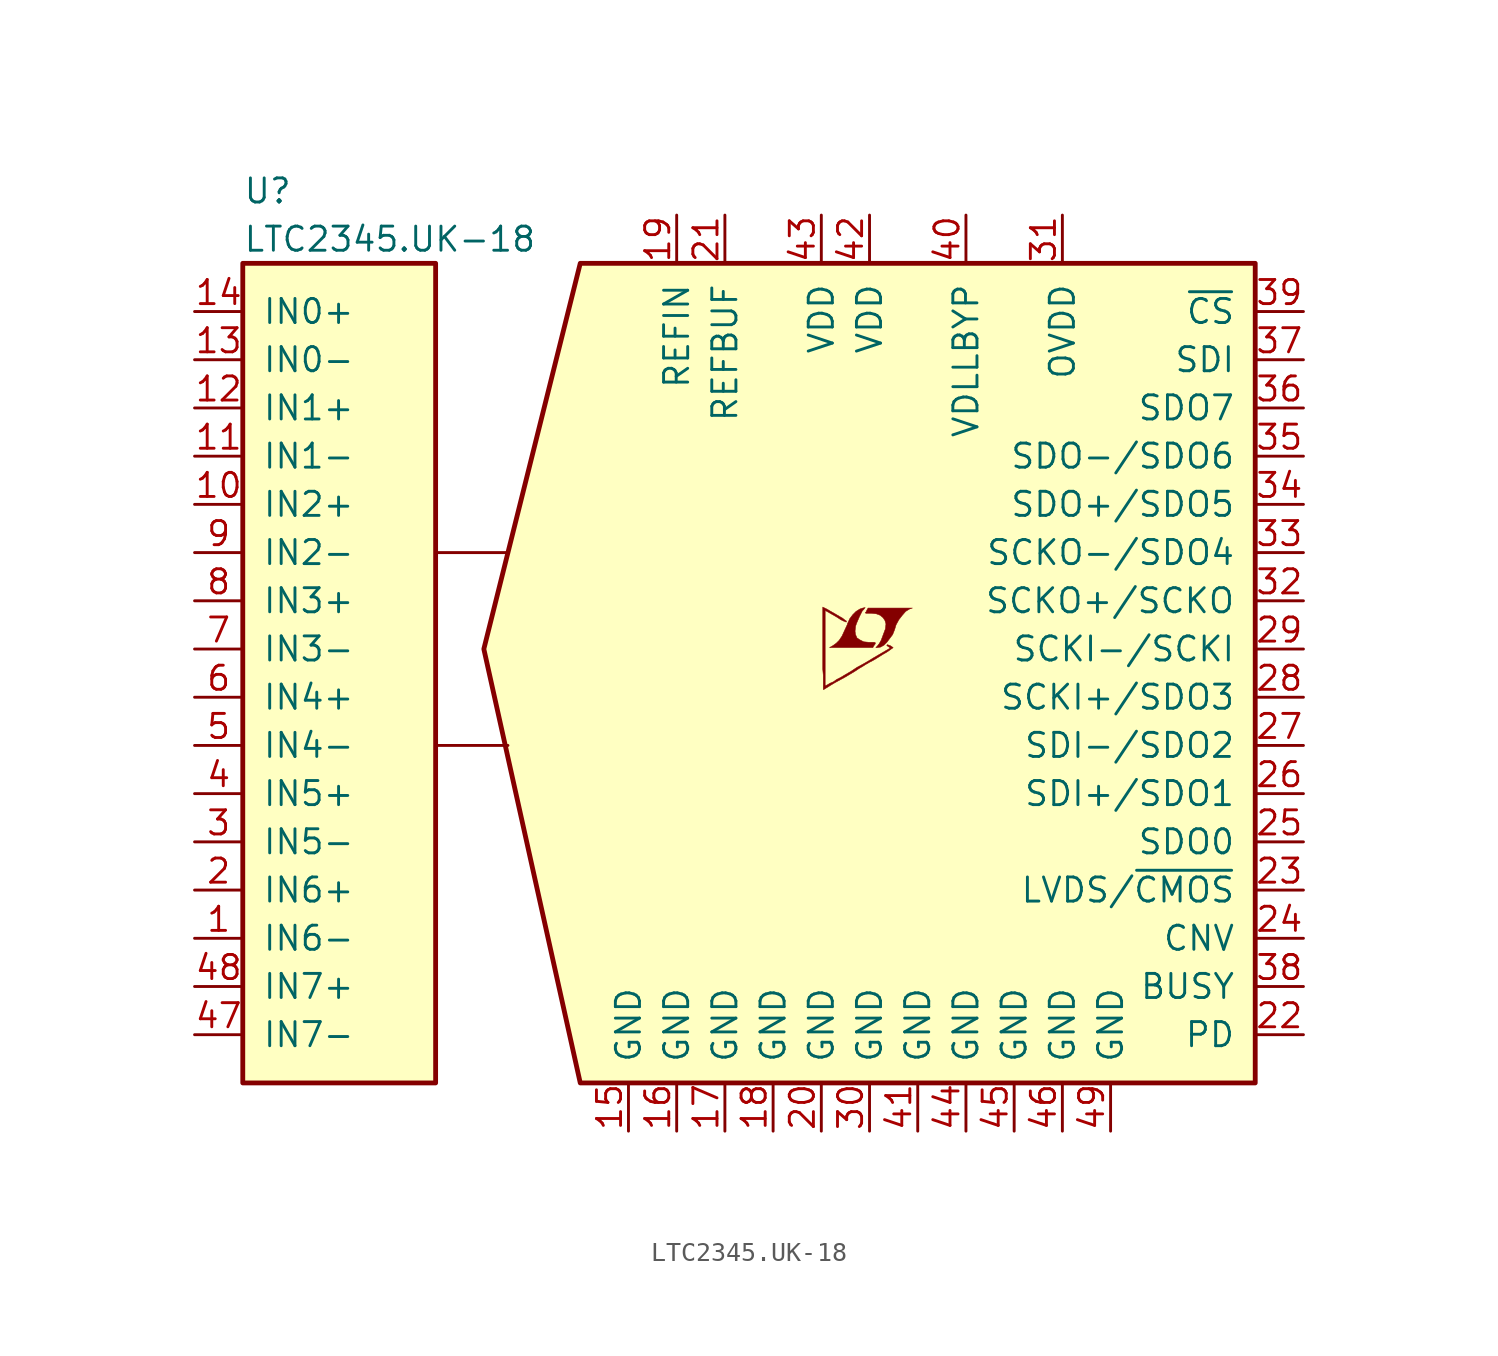
<source format=kicad_sym>
(kicad_symbol_lib
  (version 20201005)
  (generator kicad_symbol_editor)
  (symbol "LTC2345.UK-18"
    (pin_names
      (offset 1.016))
    (property "Reference" "U"
      (at -27.94 24.13 0)
      (effects (font (size 1.27 1.27)) (justify left)))
    (property "Value" "LTC2345.UK-18"
      (at -27.94 21.59 0)
      (effects (font (size 1.27 1.27)) (justify left)))
    (symbol "LTC2345.UK-18_0_0"
      (polyline (pts (xy 5.664 0.102) (xy 5.842 0.203) (xy 5.994 0.356) (xy 6.299 0.762) (xy 6.401 1.016) (xy 6.477 1.27) (xy 6.629 1.549) (xy 6.807 1.778) (xy 6.985 1.981) (xy 7.188 2.108) (xy 7.341 2.159) (xy 5.004 2.159) (xy 4.928 2.032) (xy 4.928 2.007) (xy 4.877 1.93) (xy 4.851 1.905) (xy 4.902 1.88) (xy 5.182 1.88) (xy 5.436 1.854) (xy 5.639 1.778) (xy 5.791 1.651) (xy 5.893 1.499) (xy 5.944 1.321) (xy 5.918 1.092) (xy 5.918 1.067) (xy 5.69 0.457) (xy 5.588 0.279) (xy 5.486 0.152) (xy 5.41 0.076) (xy 5.512 0.076) (xy 5.664 0.102)) (stroke (width 0.025)) (fill (type outline)))
      (polyline (pts (xy 5.309 0.178) (xy 5.334 0.203) (xy 5.385 0.279) (xy 5.385 0.33) (xy 5.334 0.356) (xy 5.029 0.356) (xy 4.775 0.381) (xy 4.572 0.483) (xy 4.42 0.584) (xy 4.343 0.762) (xy 4.318 0.94) (xy 4.343 1.168) (xy 4.343 1.194) (xy 4.394 1.346) (xy 4.547 1.702) (xy 4.699 2.007) (xy 4.775 2.083) (xy 4.851 2.184) (xy 4.724 2.159) (xy 4.572 2.108) (xy 4.369 1.981) (xy 4.191 1.803) (xy 4.039 1.6) (xy 3.912 1.321) (xy 3.912 1.295) (xy 3.759 0.965) (xy 3.632 0.686) (xy 3.48 0.457) (xy 3.327 0.305) (xy 3.15 0.178) (xy 2.972 0.076) (xy 5.258 0.076) (xy 5.309 0.178)) (stroke (width 0.025)) (fill (type outline)))
      (polyline (pts (xy 2.718 -2.108) (xy 2.794 -2.057) (xy 2.921 -1.981) (xy 2.997 -1.93) (xy 3.251 -1.778) (xy 3.81 -1.473) (xy 4.318 -1.168) (xy 4.547 -1.016) (xy 4.724 -0.914) (xy 4.877 -0.813) (xy 4.978 -0.762) (xy 5.055 -0.711) (xy 5.207 -0.635) (xy 5.385 -0.533) (xy 5.791 -0.279) (xy 5.969 -0.178) (xy 6.121 -0.076) (xy 6.223 0) (xy 6.299 0.051) (xy 6.325 0.076) (xy 6.172 0.178) (xy 6.02 0.229) (xy 5.994 0.203) (xy 5.994 0.178) (xy 6.071 0.127) (xy 6.172 0.051) (xy 5.258 -0.483) (xy 5.055 -0.61) (xy 4.75 -0.787) (xy 4.42 -0.965) (xy 4.115 -1.168) (xy 3.81 -1.346) (xy 3.556 -1.499) (xy 3.353 -1.6) (xy 3.175 -1.727) (xy 2.997 -1.803) (xy 2.87 -1.88) (xy 2.769 -1.93) (xy 2.743 -1.956) (xy 2.743 2.032) (xy 3.277 1.727) (xy 3.404 1.651) (xy 3.556 1.549) (xy 3.708 1.473) (xy 3.785 1.448) (xy 3.835 1.422) (xy 3.861 1.422) (xy 3.861 1.473) (xy 3.785 1.524) (xy 3.658 1.626) (xy 3.48 1.727) (xy 3.353 1.803) (xy 2.997 2.007) (xy 2.87 2.083) (xy 2.616 2.21) (xy 2.616 -1.067) (xy 2.642 -1.372) (xy 2.642 -2.134) (xy 2.667 -2.134) (xy 2.718 -2.108)) (stroke (width 0.025)) (fill (type outline))))
    (symbol "LTC2345.UK-18_0_1"
      (polyline (pts (xy -17.78 -5.08) (xy -13.97 -5.08)) (stroke (width 0)) (fill (type none)))
      (polyline (pts (xy -17.78 5.08) (xy -13.97 5.08)) (stroke (width 0)) (fill (type none)))
      (polyline (pts (xy 25.4 20.32) (xy 25.4 -22.86) (xy -10.16 -22.86) (xy -15.24 0) (xy -10.16 20.32) (xy 25.4 20.32)) (stroke (width 0.254)) (fill (type background))))
    (symbol "LTC2345.UK-18_1_1"
      (rectangle (start -27.94 20.32) (end -17.78 -22.86) (stroke (width 0.254)) (fill (type background)))
      (pin input line (at -30.48 -15.24 0) (length 2.54) (name "IN6-" (effects (font (size 1.27 1.27)))) (number "1" (effects (font (size 1.27 1.27)))))
      (pin input line (at -30.48 7.62 0) (length 2.54) (name "IN2+" (effects (font (size 1.27 1.27)))) (number "10" (effects (font (size 1.27 1.27)))))
      (pin input line (at -30.48 10.16 0) (length 2.54) (name "IN1-" (effects (font (size 1.27 1.27)))) (number "11" (effects (font (size 1.27 1.27)))))
      (pin input line (at -30.48 12.7 0) (length 2.54) (name "IN1+" (effects (font (size 1.27 1.27)))) (number "12" (effects (font (size 1.27 1.27)))))
      (pin input line (at -30.48 15.24 0) (length 2.54) (name "IN0-" (effects (font (size 1.27 1.27)))) (number "13" (effects (font (size 1.27 1.27)))))
      (pin input line (at -30.48 17.78 0) (length 2.54) (name "IN0+" (effects (font (size 1.27 1.27)))) (number "14" (effects (font (size 1.27 1.27)))))
      (pin power_in line (at -7.62 -25.4 90) (length 2.54) (name "GND" (effects (font (size 1.27 1.27)))) (number "15" (effects (font (size 1.27 1.27)))))
      (pin power_in line (at -5.08 -25.4 90) (length 2.54) (name "GND" (effects (font (size 1.27 1.27)))) (number "16" (effects (font (size 1.27 1.27)))))
      (pin power_in line (at -2.54 -25.4 90) (length 2.54) (name "GND" (effects (font (size 1.27 1.27)))) (number "17" (effects (font (size 1.27 1.27)))))
      (pin power_in line (at 0 -25.4 90) (length 2.54) (name "GND" (effects (font (size 1.27 1.27)))) (number "18" (effects (font (size 1.27 1.27)))))
      (pin passive line (at -5.08 22.86 270) (length 2.54) (name "REFIN" (effects (font (size 1.27 1.27)))) (number "19" (effects (font (size 1.27 1.27)))))
      (pin input line (at -30.48 -12.7 0) (length 2.54) (name "IN6+" (effects (font (size 1.27 1.27)))) (number "2" (effects (font (size 1.27 1.27)))))
      (pin power_in line (at 2.54 -25.4 90) (length 2.54) (name "GND" (effects (font (size 1.27 1.27)))) (number "20" (effects (font (size 1.27 1.27)))))
      (pin passive line (at -2.54 22.86 270) (length 2.54) (name "REFBUF" (effects (font (size 1.27 1.27)))) (number "21" (effects (font (size 1.27 1.27)))))
      (pin input line (at 27.94 -20.32 180) (length 2.54) (name "PD" (effects (font (size 1.27 1.27)))) (number "22" (effects (font (size 1.27 1.27)))))
      (pin input line (at 27.94 -12.7 180) (length 2.54) (name "LVDS/~CMOS~" (effects (font (size 1.27 1.27)))) (number "23" (effects (font (size 1.27 1.27)))))
      (pin input line (at 27.94 -15.24 180) (length 2.54) (name "CNV" (effects (font (size 1.27 1.27)))) (number "24" (effects (font (size 1.27 1.27)))))
      (pin output line (at 27.94 -10.16 180) (length 2.54) (name "SDO0" (effects (font (size 1.27 1.27)))) (number "25" (effects (font (size 1.27 1.27)))))
      (pin bidirectional line (at 27.94 -7.62 180) (length 2.54) (name "SDI+/SDO1" (effects (font (size 1.27 1.27)))) (number "26" (effects (font (size 1.27 1.27)))))
      (pin bidirectional line (at 27.94 -5.08 180) (length 2.54) (name "SDI-/SDO2" (effects (font (size 1.27 1.27)))) (number "27" (effects (font (size 1.27 1.27)))))
      (pin bidirectional line (at 27.94 -2.54 180) (length 2.54) (name "SCKI+/SDO3" (effects (font (size 1.27 1.27)))) (number "28" (effects (font (size 1.27 1.27)))))
      (pin input line (at 27.94 0 180) (length 2.54) (name "SCKI-/SCKI" (effects (font (size 1.27 1.27)))) (number "29" (effects (font (size 1.27 1.27)))))
      (pin input line (at -30.48 -10.16 0) (length 2.54) (name "IN5-" (effects (font (size 1.27 1.27)))) (number "3" (effects (font (size 1.27 1.27)))))
      (pin power_in line (at 5.08 -25.4 90) (length 2.54) (name "GND" (effects (font (size 1.27 1.27)))) (number "30" (effects (font (size 1.27 1.27)))))
      (pin power_in line (at 15.24 22.86 270) (length 2.54) (name "OVDD" (effects (font (size 1.27 1.27)))) (number "31" (effects (font (size 1.27 1.27)))))
      (pin output line (at 27.94 2.54 180) (length 2.54) (name "SCKO+/SCKO" (effects (font (size 1.27 1.27)))) (number "32" (effects (font (size 1.27 1.27)))))
      (pin output line (at 27.94 5.08 180) (length 2.54) (name "SCKO-/SDO4" (effects (font (size 1.27 1.27)))) (number "33" (effects (font (size 1.27 1.27)))))
      (pin output line (at 27.94 7.62 180) (length 2.54) (name "SDO+/SDO5" (effects (font (size 1.27 1.27)))) (number "34" (effects (font (size 1.27 1.27)))))
      (pin output line (at 27.94 10.16 180) (length 2.54) (name "SDO-/SDO6" (effects (font (size 1.27 1.27)))) (number "35" (effects (font (size 1.27 1.27)))))
      (pin output line (at 27.94 12.7 180) (length 2.54) (name "SDO7" (effects (font (size 1.27 1.27)))) (number "36" (effects (font (size 1.27 1.27)))))
      (pin input line (at 27.94 15.24 180) (length 2.54) (name "SDI" (effects (font (size 1.27 1.27)))) (number "37" (effects (font (size 1.27 1.27)))))
      (pin output line (at 27.94 -17.78 180) (length 2.54) (name "BUSY" (effects (font (size 1.27 1.27)))) (number "38" (effects (font (size 1.27 1.27)))))
      (pin input line (at 27.94 17.78 180) (length 2.54) (name "~CS~" (effects (font (size 1.27 1.27)))) (number "39" (effects (font (size 1.27 1.27)))))
      (pin input line (at -30.48 -7.62 0) (length 2.54) (name "IN5+" (effects (font (size 1.27 1.27)))) (number "4" (effects (font (size 1.27 1.27)))))
      (pin passive line (at 10.16 22.86 270) (length 2.54) (name "VDLLBYP" (effects (font (size 1.27 1.27)))) (number "40" (effects (font (size 1.27 1.27)))))
      (pin power_in line (at 7.62 -25.4 90) (length 2.54) (name "GND" (effects (font (size 1.27 1.27)))) (number "41" (effects (font (size 1.27 1.27)))))
      (pin power_in line (at 5.08 22.86 270) (length 2.54) (name "VDD" (effects (font (size 1.27 1.27)))) (number "42" (effects (font (size 1.27 1.27)))))
      (pin power_in line (at 2.54 22.86 270) (length 2.54) (name "VDD" (effects (font (size 1.27 1.27)))) (number "43" (effects (font (size 1.27 1.27)))))
      (pin power_in line (at 10.16 -25.4 90) (length 2.54) (name "GND" (effects (font (size 1.27 1.27)))) (number "44" (effects (font (size 1.27 1.27)))))
      (pin power_in line (at 12.7 -25.4 90) (length 2.54) (name "GND" (effects (font (size 1.27 1.27)))) (number "45" (effects (font (size 1.27 1.27)))))
      (pin power_in line (at 15.24 -25.4 90) (length 2.54) (name "GND" (effects (font (size 1.27 1.27)))) (number "46" (effects (font (size 1.27 1.27)))))
      (pin input line (at -30.48 -20.32 0) (length 2.54) (name "IN7-" (effects (font (size 1.27 1.27)))) (number "47" (effects (font (size 1.27 1.27)))))
      (pin input line (at -30.48 -17.78 0) (length 2.54) (name "IN7+" (effects (font (size 1.27 1.27)))) (number "48" (effects (font (size 1.27 1.27)))))
      (pin power_in line (at 17.78 -25.4 90) (length 2.54) (name "GND" (effects (font (size 1.27 1.27)))) (number "49" (effects (font (size 1.27 1.27)))))
      (pin input line (at -30.48 -5.08 0) (length 2.54) (name "IN4-" (effects (font (size 1.27 1.27)))) (number "5" (effects (font (size 1.27 1.27)))))
      (pin input line (at -30.48 -2.54 0) (length 2.54) (name "IN4+" (effects (font (size 1.27 1.27)))) (number "6" (effects (font (size 1.27 1.27)))))
      (pin input line (at -30.48 0 0) (length 2.54) (name "IN3-" (effects (font (size 1.27 1.27)))) (number "7" (effects (font (size 1.27 1.27)))))
      (pin input line (at -30.48 2.54 0) (length 2.54) (name "IN3+" (effects (font (size 1.27 1.27)))) (number "8" (effects (font (size 1.27 1.27)))))
      (pin input line (at -30.48 5.08 0) (length 2.54) (name "IN2-" (effects (font (size 1.27 1.27)))) (number "9" (effects (font (size 1.27 1.27))))))))
</source>
